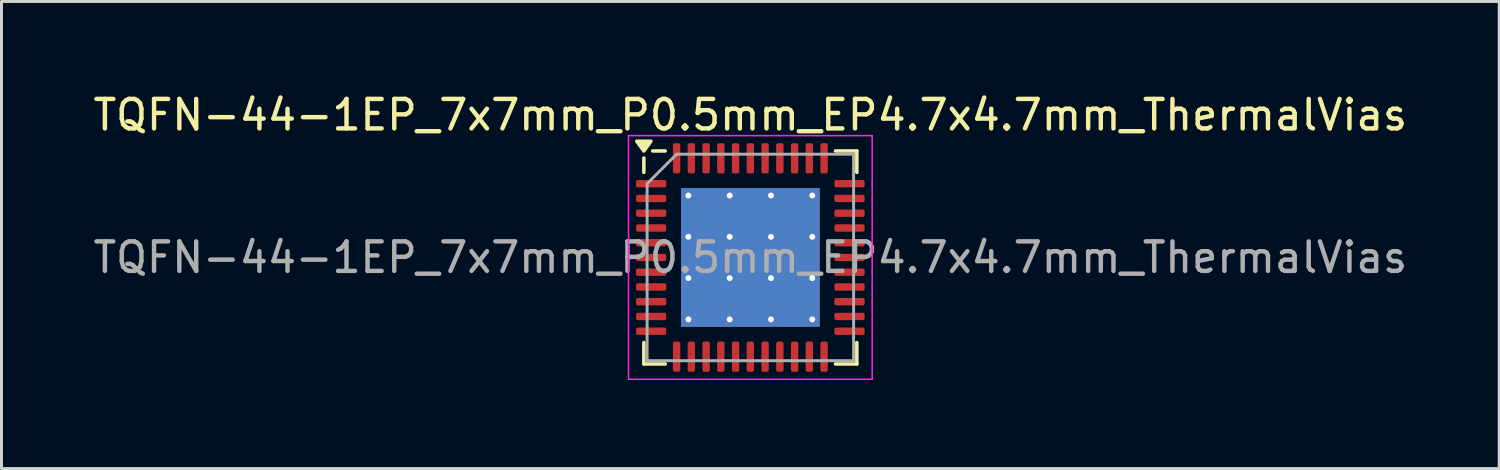
<source format=kicad_pcb>
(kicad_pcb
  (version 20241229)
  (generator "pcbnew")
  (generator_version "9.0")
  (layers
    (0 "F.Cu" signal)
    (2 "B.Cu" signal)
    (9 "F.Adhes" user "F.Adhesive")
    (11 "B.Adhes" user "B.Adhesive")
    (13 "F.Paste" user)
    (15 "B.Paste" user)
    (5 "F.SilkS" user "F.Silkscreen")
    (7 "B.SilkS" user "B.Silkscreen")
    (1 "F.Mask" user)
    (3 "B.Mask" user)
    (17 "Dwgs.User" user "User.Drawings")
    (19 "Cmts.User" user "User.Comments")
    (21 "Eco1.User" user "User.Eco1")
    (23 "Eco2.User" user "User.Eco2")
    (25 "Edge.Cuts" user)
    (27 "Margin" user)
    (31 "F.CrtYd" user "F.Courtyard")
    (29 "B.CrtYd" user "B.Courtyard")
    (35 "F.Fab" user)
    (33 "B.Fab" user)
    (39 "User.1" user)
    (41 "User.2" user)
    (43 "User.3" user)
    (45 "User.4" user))
  (footprint "TQFN-44-1EP_7x7mm_P0.5mm_EP4.7x4.7mm_ThermalVias"
    (layer "F.Cu")
    (at 22.387 5.678)
    (property "Reference" "TQFN-44-1EP_7x7mm_P0.5mm_EP4.7x4.7mm_ThermalVias" (at 0 -4.83 0) (layer "F.SilkS") (effects (font (size 1 1) (thickness 0.15))))
    (attr smd)
    (fp_line (start -3.61 -2.885) (end -3.61 -3.37) (stroke (width 0.12) (type solid)) (layer "F.SilkS"))
    (fp_line (start -3.61 3.61) (end -3.61 2.885) (stroke (width 0.12) (type solid)) (layer "F.SilkS"))
    (fp_line (start -2.885 -3.61) (end -3.31 -3.61) (stroke (width 0.12) (type solid)) (layer "F.SilkS"))
    (fp_line (start -2.885 3.61) (end -3.61 3.61) (stroke (width 0.12) (type solid)) (layer "F.SilkS"))
    (fp_line (start 2.885 -3.61) (end 3.61 -3.61) (stroke (width 0.12) (type solid)) (layer "F.SilkS"))
    (fp_line (start 2.885 3.61) (end 3.61 3.61) (stroke (width 0.12) (type solid)) (layer "F.SilkS"))
    (fp_line (start 3.61 -3.61) (end 3.61 -2.885) (stroke (width 0.12) (type solid)) (layer "F.SilkS"))
    (fp_line (start 3.61 3.61) (end 3.61 2.885) (stroke (width 0.12) (type solid)) (layer "F.SilkS"))
    (fp_poly (pts (xy -3.61 -3.61) (xy -3.85 -3.94) (xy -3.37 -3.94) (xy -3.61 -3.61)) (stroke (width 0.12) (type solid)) (fill yes) (layer "F.SilkS"))
    (fp_line (start -4.13 -4.13) (end -4.13 4.13) (stroke (width 0.05) (type solid)) (layer "F.CrtYd"))
    (fp_line (start -4.13 4.13) (end 4.13 4.13) (stroke (width 0.05) (type solid)) (layer "F.CrtYd"))
    (fp_line (start 4.13 -4.13) (end -4.13 -4.13) (stroke (width 0.05) (type solid)) (layer "F.CrtYd"))
    (fp_line (start 4.13 4.13) (end 4.13 -4.13) (stroke (width 0.05) (type solid)) (layer "F.CrtYd"))
    (fp_line (start -3.5 -2.5) (end -2.5 -3.5) (stroke (width 0.1) (type solid)) (layer "F.Fab"))
    (fp_line (start -3.5 3.5) (end -3.5 -2.5) (stroke (width 0.1) (type solid)) (layer "F.Fab"))
    (fp_line (start -2.5 -3.5) (end 3.5 -3.5) (stroke (width 0.1) (type solid)) (layer "F.Fab"))
    (fp_line (start 3.5 -3.5) (end 3.5 3.5) (stroke (width 0.1) (type solid)) (layer "F.Fab"))
    (fp_line (start 3.5 3.5) (end -3.5 3.5) (stroke (width 0.1) (type solid)) (layer "F.Fab"))
    (fp_text user "${REFERENCE}" (at 0 0 0) (layer "F.Fab") (effects (font (size 1 1) (thickness 0.15))))
    (pad "" smd roundrect (at -1.57 -1.57) (size 1.36 1.36) (layers "F.Paste") (roundrect_rratio 0.184))
    (pad "" smd roundrect (at -1.57 0) (size 1.36 1.36) (layers "F.Paste") (roundrect_rratio 0.184))
    (pad "" smd roundrect (at -1.57 1.57) (size 1.36 1.36) (layers "F.Paste") (roundrect_rratio 0.184))
    (pad "" smd roundrect (at 0 -1.57) (size 1.36 1.36) (layers "F.Paste") (roundrect_rratio 0.184))
    (pad "" smd roundrect (at 0 0) (size 1.36 1.36) (layers "F.Paste") (roundrect_rratio 0.184))
    (pad "" smd roundrect (at 0 1.57) (size 1.36 1.36) (layers "F.Paste") (roundrect_rratio 0.184))
    (pad "" smd roundrect (at 1.57 -1.57) (size 1.36 1.36) (layers "F.Paste") (roundrect_rratio 0.184))
    (pad "" smd roundrect (at 1.57 0) (size 1.36 1.36) (layers "F.Paste") (roundrect_rratio 0.184))
    (pad "" smd roundrect (at 1.57 1.57) (size 1.36 1.36) (layers "F.Paste") (roundrect_rratio 0.184))
    (pad "1" smd roundrect (at -3.362 -2.5) (size 1.025 0.25) (layers "F.Cu" "F.Mask" "F.Paste") (roundrect_rratio 0.25))
    (pad "2" smd roundrect (at -3.362 -2) (size 1.025 0.25) (layers "F.Cu" "F.Mask" "F.Paste") (roundrect_rratio 0.25))
    (pad "3" smd roundrect (at -3.362 -1.5) (size 1.025 0.25) (layers "F.Cu" "F.Mask" "F.Paste") (roundrect_rratio 0.25))
    (pad "4" smd roundrect (at -3.362 -1) (size 1.025 0.25) (layers "F.Cu" "F.Mask" "F.Paste") (roundrect_rratio 0.25))
    (pad "5" smd roundrect (at -3.362 -0.5) (size 1.025 0.25) (layers "F.Cu" "F.Mask" "F.Paste") (roundrect_rratio 0.25))
    (pad "6" smd roundrect (at -3.362 0) (size 1.025 0.25) (layers "F.Cu" "F.Mask" "F.Paste") (roundrect_rratio 0.25))
    (pad "7" smd roundrect (at -3.362 0.5) (size 1.025 0.25) (layers "F.Cu" "F.Mask" "F.Paste") (roundrect_rratio 0.25))
    (pad "8" smd roundrect (at -3.362 1) (size 1.025 0.25) (layers "F.Cu" "F.Mask" "F.Paste") (roundrect_rratio 0.25))
    (pad "9" smd roundrect (at -3.362 1.5) (size 1.025 0.25) (layers "F.Cu" "F.Mask" "F.Paste") (roundrect_rratio 0.25))
    (pad "10" smd roundrect (at -3.362 2) (size 1.025 0.25) (layers "F.Cu" "F.Mask" "F.Paste") (roundrect_rratio 0.25))
    (pad "11" smd roundrect (at -3.362 2.5) (size 1.025 0.25) (layers "F.Cu" "F.Mask" "F.Paste") (roundrect_rratio 0.25))
    (pad "12" smd roundrect (at -2.5 3.362) (size 0.25 1.025) (layers "F.Cu" "F.Mask" "F.Paste") (roundrect_rratio 0.25))
    (pad "13" smd roundrect (at -2 3.362) (size 0.25 1.025) (layers "F.Cu" "F.Mask" "F.Paste") (roundrect_rratio 0.25))
    (pad "14" smd roundrect (at -1.5 3.362) (size 0.25 1.025) (layers "F.Cu" "F.Mask" "F.Paste") (roundrect_rratio 0.25))
    (pad "15" smd roundrect (at -1 3.362) (size 0.25 1.025) (layers "F.Cu" "F.Mask" "F.Paste") (roundrect_rratio 0.25))
    (pad "16" smd roundrect (at -0.5 3.362) (size 0.25 1.025) (layers "F.Cu" "F.Mask" "F.Paste") (roundrect_rratio 0.25))
    (pad "17" smd roundrect (at 0 3.362) (size 0.25 1.025) (layers "F.Cu" "F.Mask" "F.Paste") (roundrect_rratio 0.25))
    (pad "18" smd roundrect (at 0.5 3.362) (size 0.25 1.025) (layers "F.Cu" "F.Mask" "F.Paste") (roundrect_rratio 0.25))
    (pad "19" smd roundrect (at 1 3.362) (size 0.25 1.025) (layers "F.Cu" "F.Mask" "F.Paste") (roundrect_rratio 0.25))
    (pad "20" smd roundrect (at 1.5 3.362) (size 0.25 1.025) (layers "F.Cu" "F.Mask" "F.Paste") (roundrect_rratio 0.25))
    (pad "21" smd roundrect (at 2 3.362) (size 0.25 1.025) (layers "F.Cu" "F.Mask" "F.Paste") (roundrect_rratio 0.25))
    (pad "22" smd roundrect (at 2.5 3.362) (size 0.25 1.025) (layers "F.Cu" "F.Mask" "F.Paste") (roundrect_rratio 0.25))
    (pad "23" smd roundrect (at 3.362 2.5) (size 1.025 0.25) (layers "F.Cu" "F.Mask" "F.Paste") (roundrect_rratio 0.25))
    (pad "24" smd roundrect (at 3.362 2) (size 1.025 0.25) (layers "F.Cu" "F.Mask" "F.Paste") (roundrect_rratio 0.25))
    (pad "25" smd roundrect (at 3.362 1.5) (size 1.025 0.25) (layers "F.Cu" "F.Mask" "F.Paste") (roundrect_rratio 0.25))
    (pad "26" smd roundrect (at 3.362 1) (size 1.025 0.25) (layers "F.Cu" "F.Mask" "F.Paste") (roundrect_rratio 0.25))
    (pad "27" smd roundrect (at 3.362 0.5) (size 1.025 0.25) (layers "F.Cu" "F.Mask" "F.Paste") (roundrect_rratio 0.25))
    (pad "28" smd roundrect (at 3.362 0) (size 1.025 0.25) (layers "F.Cu" "F.Mask" "F.Paste") (roundrect_rratio 0.25))
    (pad "29" smd roundrect (at 3.362 -0.5) (size 1.025 0.25) (layers "F.Cu" "F.Mask" "F.Paste") (roundrect_rratio 0.25))
    (pad "30" smd roundrect (at 3.362 -1) (size 1.025 0.25) (layers "F.Cu" "F.Mask" "F.Paste") (roundrect_rratio 0.25))
    (pad "31" smd roundrect (at 3.362 -1.5) (size 1.025 0.25) (layers "F.Cu" "F.Mask" "F.Paste") (roundrect_rratio 0.25))
    (pad "32" smd roundrect (at 3.362 -2) (size 1.025 0.25) (layers "F.Cu" "F.Mask" "F.Paste") (roundrect_rratio 0.25))
    (pad "33" smd roundrect (at 3.362 -2.5) (size 1.025 0.25) (layers "F.Cu" "F.Mask" "F.Paste") (roundrect_rratio 0.25))
    (pad "34" smd roundrect (at 2.5 -3.362) (size 0.25 1.025) (layers "F.Cu" "F.Mask" "F.Paste") (roundrect_rratio 0.25))
    (pad "35" smd roundrect (at 2 -3.362) (size 0.25 1.025) (layers "F.Cu" "F.Mask" "F.Paste") (roundrect_rratio 0.25))
    (pad "36" smd roundrect (at 1.5 -3.362) (size 0.25 1.025) (layers "F.Cu" "F.Mask" "F.Paste") (roundrect_rratio 0.25))
    (pad "37" smd roundrect (at 1 -3.362) (size 0.25 1.025) (layers "F.Cu" "F.Mask" "F.Paste") (roundrect_rratio 0.25))
    (pad "38" smd roundrect (at 0.5 -3.362) (size 0.25 1.025) (layers "F.Cu" "F.Mask" "F.Paste") (roundrect_rratio 0.25))
    (pad "39" smd roundrect (at 0 -3.362) (size 0.25 1.025) (layers "F.Cu" "F.Mask" "F.Paste") (roundrect_rratio 0.25))
    (pad "40" smd roundrect (at -0.5 -3.362) (size 0.25 1.025) (layers "F.Cu" "F.Mask" "F.Paste") (roundrect_rratio 0.25))
    (pad "41" smd roundrect (at -1 -3.362) (size 0.25 1.025) (layers "F.Cu" "F.Mask" "F.Paste") (roundrect_rratio 0.25))
    (pad "42" smd roundrect (at -1.5 -3.362) (size 0.25 1.025) (layers "F.Cu" "F.Mask" "F.Paste") (roundrect_rratio 0.25))
    (pad "43" smd roundrect (at -2 -3.362) (size 0.25 1.025) (layers "F.Cu" "F.Mask" "F.Paste") (roundrect_rratio 0.25))
    (pad "44" smd roundrect (at -2.5 -3.362) (size 0.25 1.025) (layers "F.Cu" "F.Mask" "F.Paste") (roundrect_rratio 0.25))
    (pad "45" thru_hole circle (at -2.1 -2.1) (size 0.5 0.5) (drill 0.2) (property pad_prop_heatsink) (layers "*.Cu"))
    (pad "45" thru_hole circle (at -2.1 -0.7) (size 0.5 0.5) (drill 0.2) (property pad_prop_heatsink) (layers "*.Cu"))
    (pad "45" thru_hole circle (at -2.1 0.7) (size 0.5 0.5) (drill 0.2) (property pad_prop_heatsink) (layers "*.Cu"))
    (pad "45" thru_hole circle (at -2.1 2.1) (size 0.5 0.5) (drill 0.2) (property pad_prop_heatsink) (layers "*.Cu"))
    (pad "45" thru_hole circle (at -0.7 -2.1) (size 0.5 0.5) (drill 0.2) (property pad_prop_heatsink) (layers "*.Cu"))
    (pad "45" thru_hole circle (at -0.7 -0.7) (size 0.5 0.5) (drill 0.2) (property pad_prop_heatsink) (layers "*.Cu"))
    (pad "45" thru_hole circle (at -0.7 0.7) (size 0.5 0.5) (drill 0.2) (property pad_prop_heatsink) (layers "*.Cu"))
    (pad "45" thru_hole circle (at -0.7 2.1) (size 0.5 0.5) (drill 0.2) (property pad_prop_heatsink) (layers "*.Cu"))
    (pad "45" smd rect (at 0 0) (size 4.7 4.7) (property pad_prop_heatsink) (layers "F.Cu" "F.Mask"))
    (pad "45" smd rect (at 0 0) (size 4.7 4.7) (property pad_prop_heatsink) (layers "B.Cu"))
    (pad "45" thru_hole circle (at 0.7 -2.1) (size 0.5 0.5) (drill 0.2) (property pad_prop_heatsink) (layers "*.Cu"))
    (pad "45" thru_hole circle (at 0.7 -0.7) (size 0.5 0.5) (drill 0.2) (property pad_prop_heatsink) (layers "*.Cu"))
    (pad "45" thru_hole circle (at 0.7 0.7) (size 0.5 0.5) (drill 0.2) (property pad_prop_heatsink) (layers "*.Cu"))
    (pad "45" thru_hole circle (at 0.7 2.1) (size 0.5 0.5) (drill 0.2) (property pad_prop_heatsink) (layers "*.Cu"))
    (pad "45" thru_hole circle (at 2.1 -2.1) (size 0.5 0.5) (drill 0.2) (property pad_prop_heatsink) (layers "*.Cu"))
    (pad "45" thru_hole circle (at 2.1 -0.7) (size 0.5 0.5) (drill 0.2) (property pad_prop_heatsink) (layers "*.Cu"))
    (pad "45" thru_hole circle (at 2.1 0.7) (size 0.5 0.5) (drill 0.2) (property pad_prop_heatsink) (layers "*.Cu"))
    (pad "45" thru_hole circle (at 2.1 2.1) (size 0.5 0.5) (drill 0.2) (property pad_prop_heatsink) (layers "*.Cu")))
  (gr_rect
    (start -3 -3)
    (end 47.774 12.833)
    (stroke (width 0.1) (type default))
    (fill no)
    (layer "Edge.Cuts")))
</source>
